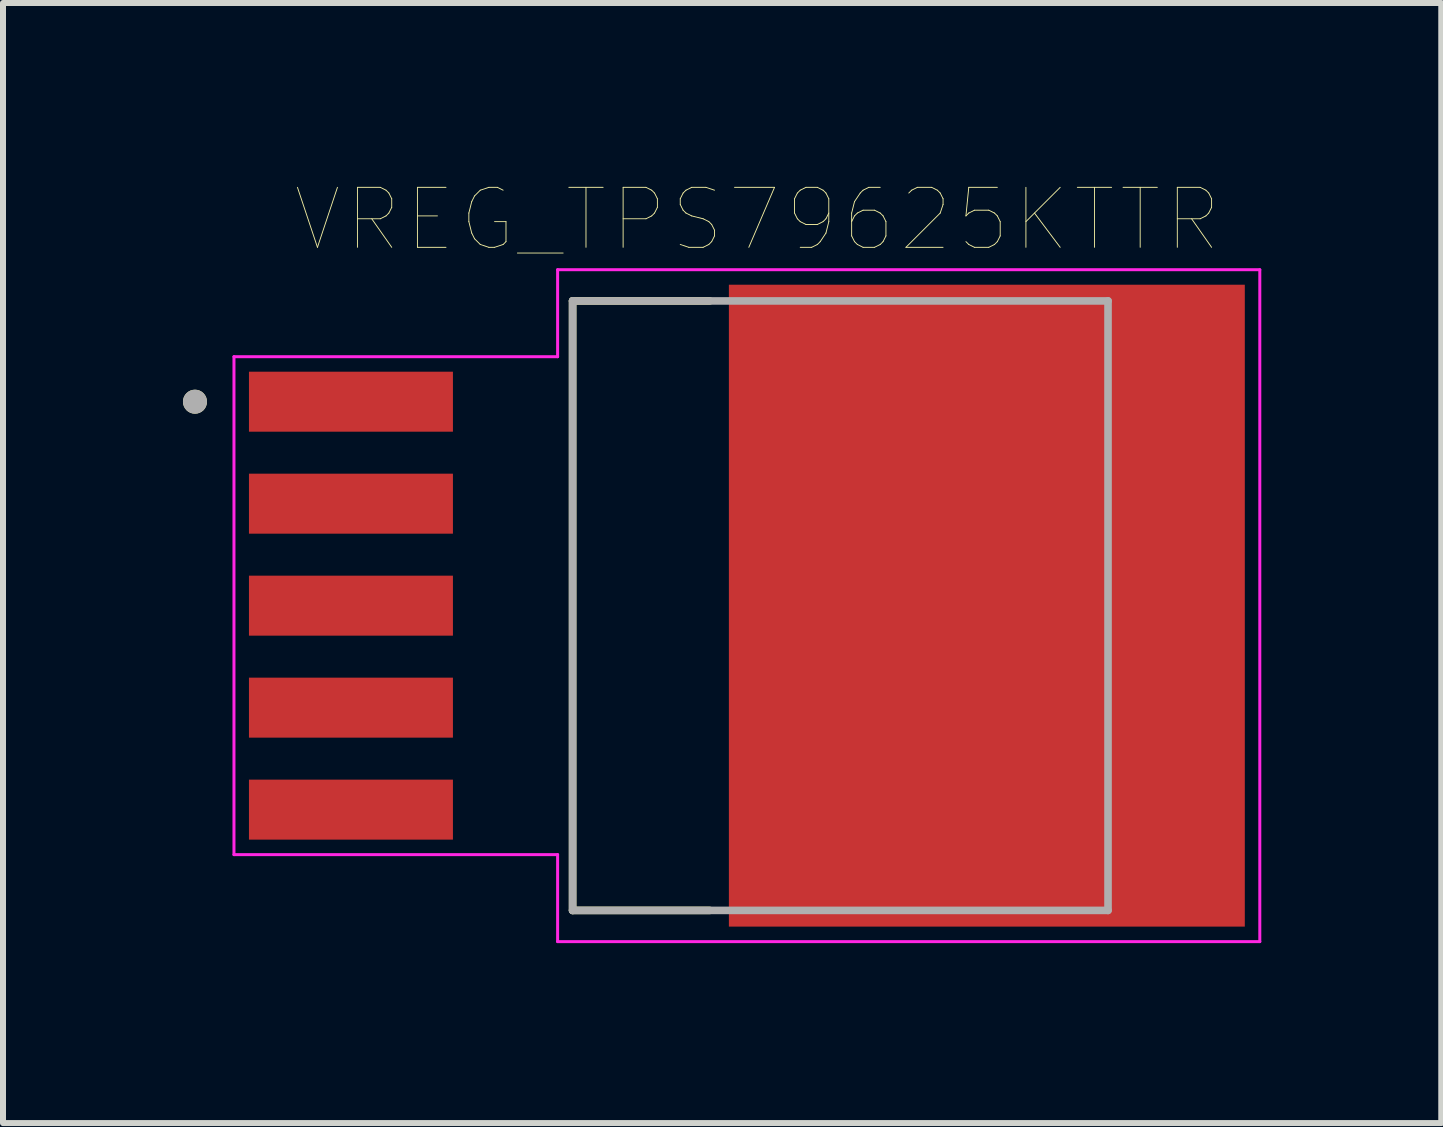
<source format=kicad_pcb>
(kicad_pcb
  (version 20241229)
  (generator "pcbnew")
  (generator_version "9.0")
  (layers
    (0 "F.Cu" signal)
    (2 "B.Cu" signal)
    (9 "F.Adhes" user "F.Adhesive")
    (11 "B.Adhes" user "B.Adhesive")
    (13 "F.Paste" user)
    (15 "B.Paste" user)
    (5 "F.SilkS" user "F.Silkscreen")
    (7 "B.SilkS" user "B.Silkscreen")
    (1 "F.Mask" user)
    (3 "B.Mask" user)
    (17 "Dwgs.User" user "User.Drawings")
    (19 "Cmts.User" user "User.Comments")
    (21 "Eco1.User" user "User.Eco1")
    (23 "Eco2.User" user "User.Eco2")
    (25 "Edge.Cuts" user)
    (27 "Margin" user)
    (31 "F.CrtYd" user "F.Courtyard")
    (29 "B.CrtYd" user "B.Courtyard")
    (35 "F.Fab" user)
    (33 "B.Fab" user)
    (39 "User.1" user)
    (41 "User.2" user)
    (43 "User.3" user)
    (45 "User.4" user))
  (footprint "VREG_TPS79625KTTR"
    (layer "F.Cu")
    (at 13.4 7.046)
    (property "Reference" "VREG_TPS79625KTTR" (at -3.825 -6.435 0) (layer "F.SilkS") (effects (font (size 1 1) (thickness 0.015))))
    (attr through_hole)
    (fp_poly (pts (xy -12.37 -3.97) (xy -8.83 -3.97) (xy -8.83 -2.83) (xy -12.37 -2.83)) (stroke (width 0.01) (type solid)) (fill yes) (layer "F.Mask"))
    (fp_poly (pts (xy -12.37 -2.27) (xy -8.83 -2.27) (xy -8.83 -1.13) (xy -12.37 -1.13)) (stroke (width 0.01) (type solid)) (fill yes) (layer "F.Mask"))
    (fp_poly (pts (xy -12.37 -0.57) (xy -8.83 -0.57) (xy -8.83 0.57) (xy -12.37 0.57)) (stroke (width 0.01) (type solid)) (fill yes) (layer "F.Mask"))
    (fp_poly (pts (xy -12.37 1.13) (xy -8.83 1.13) (xy -8.83 2.27) (xy -12.37 2.27)) (stroke (width 0.01) (type solid)) (fill yes) (layer "F.Mask"))
    (fp_poly (pts (xy -12.37 2.83) (xy -8.83 2.83) (xy -8.83 3.97) (xy -12.37 3.97)) (stroke (width 0.01) (type solid)) (fill yes) (layer "F.Mask"))
    (fp_poly (pts (xy -4.37 -5.42) (xy 4.37 -5.42) (xy 4.37 5.42) (xy -4.37 5.42)) (stroke (width 0.01) (type solid)) (fill yes) (layer "F.Mask"))
    (fp_line (start -6.905 -5.08) (end -6.905 5.08) (stroke (width 0.127) (type solid)) (layer "F.SilkS"))
    (fp_line (start -6.905 5.08) (end -4.62 5.08) (stroke (width 0.127) (type solid)) (layer "F.SilkS"))
    (fp_line (start -4.62 -5.08) (end -6.905 -5.08) (stroke (width 0.127) (type solid)) (layer "F.SilkS"))
    (fp_circle (center -13.2 -3.4) (end -13.1 -3.4) (stroke (width 0.2) (type solid)) (fill no) (layer "F.SilkS"))
    (fp_poly (pts (xy -12.25 -3.85) (xy -8.95 -3.85) (xy -8.95 -2.95) (xy -12.25 -2.95)) (stroke (width 0.01) (type solid)) (fill yes) (layer "F.Paste"))
    (fp_poly (pts (xy -12.25 -2.15) (xy -8.95 -2.15) (xy -8.95 -1.25) (xy -12.25 -1.25)) (stroke (width 0.01) (type solid)) (fill yes) (layer "F.Paste"))
    (fp_poly (pts (xy -12.25 -0.45) (xy -8.95 -0.45) (xy -8.95 0.45) (xy -12.25 0.45)) (stroke (width 0.01) (type solid)) (fill yes) (layer "F.Paste"))
    (fp_poly (pts (xy -12.25 1.25) (xy -8.95 1.25) (xy -8.95 2.15) (xy -12.25 2.15)) (stroke (width 0.01) (type solid)) (fill yes) (layer "F.Paste"))
    (fp_poly (pts (xy -12.25 2.95) (xy -8.95 2.95) (xy -8.95 3.85) (xy -12.25 3.85)) (stroke (width 0.01) (type solid)) (fill yes) (layer "F.Paste"))
    (fp_poly (pts (xy -4.25 -5.3) (xy 4.25 -5.3) (xy 4.25 5.3) (xy -4.25 5.3)) (stroke (width 0.01) (type solid)) (fill yes) (layer "F.Paste"))
    (fp_line (start -12.55 -4.15) (end -12.55 4.15) (stroke (width 0.05) (type solid)) (layer "F.CrtYd"))
    (fp_line (start -12.55 4.15) (end -7.155 4.15) (stroke (width 0.05) (type solid)) (layer "F.CrtYd"))
    (fp_line (start -7.155 -5.6) (end -7.155 -4.15) (stroke (width 0.05) (type solid)) (layer "F.CrtYd"))
    (fp_line (start -7.155 -4.15) (end -12.55 -4.15) (stroke (width 0.05) (type solid)) (layer "F.CrtYd"))
    (fp_line (start -7.155 4.15) (end -7.155 5.6) (stroke (width 0.05) (type solid)) (layer "F.CrtYd"))
    (fp_line (start -7.155 5.6) (end 4.55 5.6) (stroke (width 0.05) (type solid)) (layer "F.CrtYd"))
    (fp_line (start 4.55 -5.6) (end -7.155 -5.6) (stroke (width 0.05) (type solid)) (layer "F.CrtYd"))
    (fp_line (start 4.55 5.6) (end 4.55 -5.6) (stroke (width 0.05) (type solid)) (layer "F.CrtYd"))
    (fp_line (start -6.905 -5.08) (end -6.905 5.08) (stroke (width 0.127) (type solid)) (layer "F.Fab"))
    (fp_line (start -6.905 5.08) (end 2.02 5.08) (stroke (width 0.127) (type solid)) (layer "F.Fab"))
    (fp_line (start 2.02 -5.08) (end -6.905 -5.08) (stroke (width 0.127) (type solid)) (layer "F.Fab"))
    (fp_line (start 2.02 5.08) (end 2.02 -5.08) (stroke (width 0.127) (type solid)) (layer "F.Fab"))
    (fp_circle (center -13.2 -3.4) (end -13.1 -3.4) (stroke (width 0.2) (type solid)) (fill no) (layer "F.Fab"))
    (pad "1" smd rect (at -10.6 -3.4) (size 3.4 1) (layers "F.Cu"))
    (pad "2" smd rect (at -10.6 -1.7) (size 3.4 1) (layers "F.Cu"))
    (pad "3" smd rect (at -10.6 0) (size 3.4 1) (layers "F.Cu"))
    (pad "4" smd rect (at -10.6 1.7) (size 3.4 1) (layers "F.Cu"))
    (pad "5" smd rect (at -10.6 3.4) (size 3.4 1) (layers "F.Cu"))
    (pad "6" smd rect (at 0 0) (size 8.6 10.7) (layers "F.Cu")))
  (gr_rect
    (start -3 -3)
    (end 20.975 15.671)
    (stroke (width 0.1) (type default))
    (fill no)
    (layer "Edge.Cuts")))
</source>
